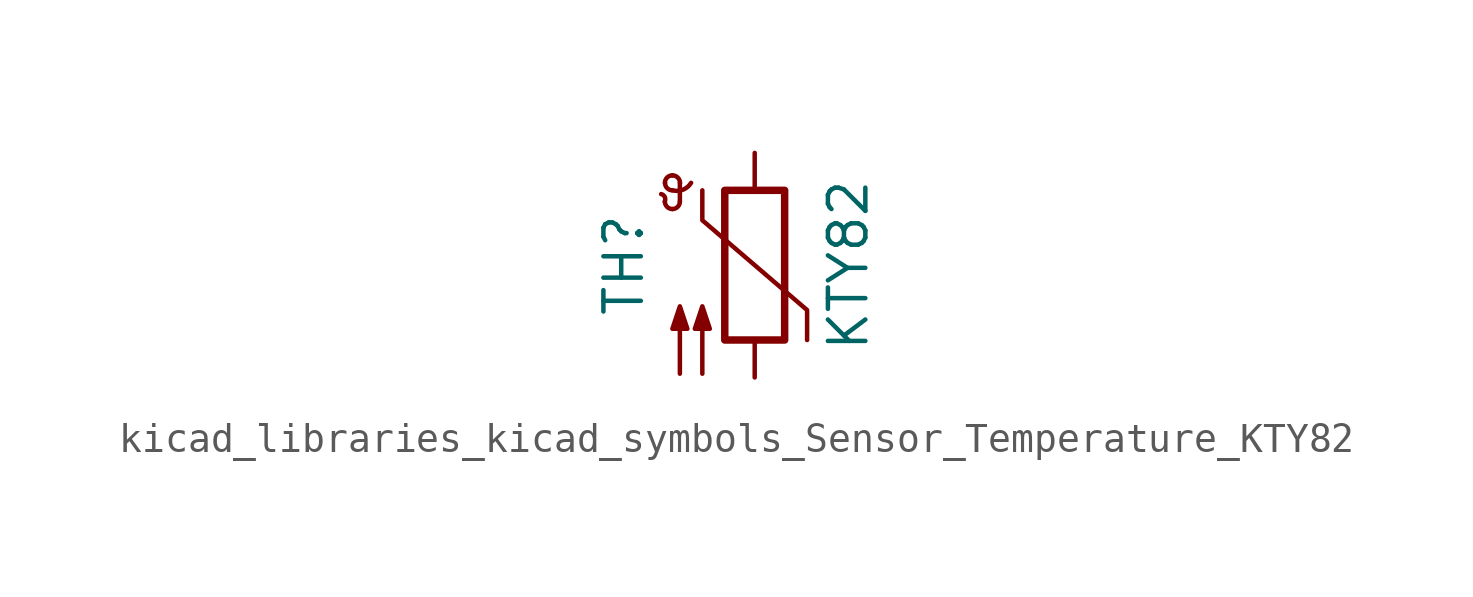
<source format=kicad_sym>
(kicad_symbol_lib
  (version 20220914)
  (generator kicad_symbol_editor)
  (symbol "kicad_libraries_kicad_symbols_Sensor_Temperature_KTY82"
    (pin_numbers hide)
    (pin_names
      (offset 0))
    (property "Reference" "TH"
      (at -4.445 0 90)
      (effects (font (size 1.27 1.27))))
    (property "Value" "KTY82"
      (at 3.175 0 90)
      (effects (font (size 1.27 1.27))))
    (symbol "kicad_libraries_kicad_symbols_Sensor_Temperature_KTY82_0_1"
      (arc (start -3.048 2.159) (mid -3.0495 2.3143) (end -3.175 2.413) (stroke (width 0) (type default)) (fill (type none)))
      (arc (start -3.048 2.159) (mid -2.9736 1.9794) (end -2.794 1.905) (stroke (width 0) (type default)) (fill (type none)))
      (arc (start -3.048 2.794) (mid -2.9736 2.6144) (end -2.794 2.54) (stroke (width 0) (type default)) (fill (type none)))
      (arc (start -2.794 1.905) (mid -2.6144 1.9794) (end -2.54 2.159) (stroke (width 0) (type default)) (fill (type none)))
      (arc (start -2.794 2.54) (mid -2.4393 2.5587) (end -2.159 2.794) (stroke (width 0) (type default)) (fill (type none)))
      (arc (start -2.794 3.048) (mid -2.9736 2.9736) (end -3.048 2.794) (stroke (width 0) (type default)) (fill (type none)))
      (arc (start -2.54 2.794) (mid -2.6144 2.9736) (end -2.794 3.048) (stroke (width 0) (type default)) (fill (type none)))
      (rectangle (start -1.016 2.54) (end 1.016 -2.54) (stroke (width 0.254) (type default)) (fill (type none)))
      (polyline (pts (xy -2.54 2.159) (xy -2.54 2.794)) (stroke (width 0) (type default)) (fill (type none)))
      (polyline (pts (xy -1.778 2.54) (xy -1.778 1.524) (xy 1.778 -1.524) (xy 1.778 -2.54)) (stroke (width 0) (type default)) (fill (type none)))
      (polyline (pts (xy -2.54 -3.683) (xy -2.54 -1.397) (xy -2.794 -2.159) (xy -2.286 -2.159) (xy -2.54 -1.397) (xy -2.54 -1.651)) (stroke (width 0) (type default)) (fill (type outline)))
      (polyline (pts (xy -1.778 -3.683) (xy -1.778 -1.397) (xy -2.032 -2.159) (xy -1.524 -2.159) (xy -1.778 -1.397) (xy -1.778 -1.651)) (stroke (width 0) (type default)) (fill (type outline))))
    (symbol "kicad_libraries_kicad_symbols_Sensor_Temperature_KTY82_1_1"
      (pin passive line (at 0 3.81 270) (length 1.27) (name "~" (effects (font (size 1.27 1.27)))) (number "1" (effects (font (size 1.27 1.27)))))
      (pin passive line (at 0 -3.81 90) (length 1.27) (name "~" (effects (font (size 1.27 1.27)))) (number "2" (effects (font (size 1.27 1.27))))))))
</source>
